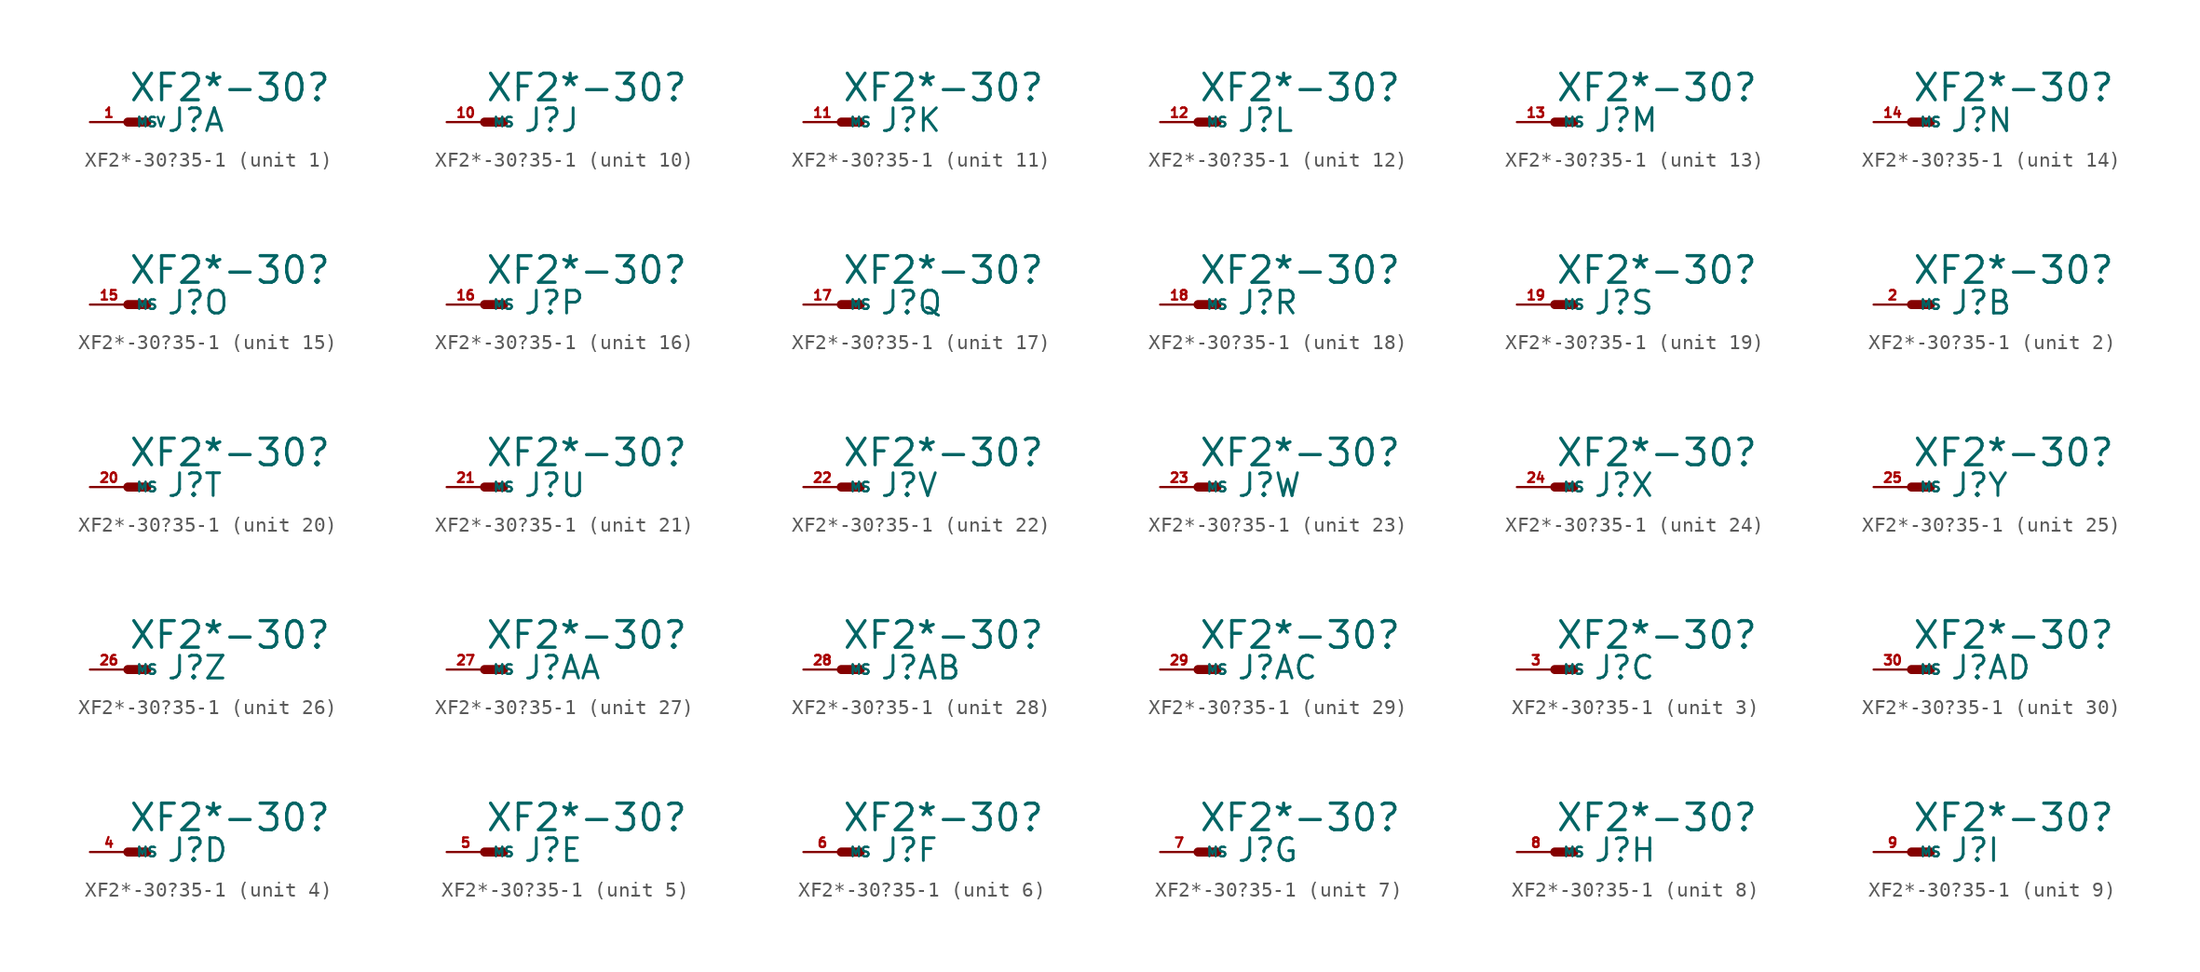
<source format=kicad_sym>
(kicad_symbol_lib
  (version 20220914)
  (generator Eagle2Kicad)
  (symbol "XF2*-30?35-1"
    (property "Reference" "J"
      (at 2.54 -0.762 0)
      (effects (font (size 1.524 1.524) (thickness 0.19)) (justify left bottom)))
    (property "Value" "XF2*-30?"
      (at 0 1.27 0)
      (effects (font (size 1.778 1.778) (thickness 0.22)) (justify left bottom)))
    (symbol "XF2*-30?35-1_1_0"
      (polyline (pts (xy 0 0) (xy 1.27 0)) (stroke (width 0.61) (type default)) (fill (type none)))
      (pin passive line (at -2.54 0 0) (length 2.54) (name "MSV" (effects (font (size 0.635 0.635) (thickness 0.08)) (justify left bottom))) (number "1" (effects (font (size 0.635 0.635) (thickness 0.08)) (justify left bottom)))))
    (symbol "XF2*-30?35-1_2_0"
      (polyline (pts (xy 0 0) (xy 1.27 0)) (stroke (width 0.61) (type default)) (fill (type none)))
      (pin passive line (at -2.54 0 0) (length 2.54) (name "MS" (effects (font (size 0.635 0.635) (thickness 0.08)) (justify left bottom))) (number "2" (effects (font (size 0.635 0.635) (thickness 0.08)) (justify left bottom)))))
    (symbol "XF2*-30?35-1_3_0"
      (polyline (pts (xy 0 0) (xy 1.27 0)) (stroke (width 0.61) (type default)) (fill (type none)))
      (pin passive line (at -2.54 0 0) (length 2.54) (name "MS" (effects (font (size 0.635 0.635) (thickness 0.08)) (justify left bottom))) (number "3" (effects (font (size 0.635 0.635) (thickness 0.08)) (justify left bottom)))))
    (symbol "XF2*-30?35-1_4_0"
      (polyline (pts (xy 0 0) (xy 1.27 0)) (stroke (width 0.61) (type default)) (fill (type none)))
      (pin passive line (at -2.54 0 0) (length 2.54) (name "MS" (effects (font (size 0.635 0.635) (thickness 0.08)) (justify left bottom))) (number "4" (effects (font (size 0.635 0.635) (thickness 0.08)) (justify left bottom)))))
    (symbol "XF2*-30?35-1_5_0"
      (polyline (pts (xy 0 0) (xy 1.27 0)) (stroke (width 0.61) (type default)) (fill (type none)))
      (pin passive line (at -2.54 0 0) (length 2.54) (name "MS" (effects (font (size 0.635 0.635) (thickness 0.08)) (justify left bottom))) (number "5" (effects (font (size 0.635 0.635) (thickness 0.08)) (justify left bottom)))))
    (symbol "XF2*-30?35-1_6_0"
      (polyline (pts (xy 0 0) (xy 1.27 0)) (stroke (width 0.61) (type default)) (fill (type none)))
      (pin passive line (at -2.54 0 0) (length 2.54) (name "MS" (effects (font (size 0.635 0.635) (thickness 0.08)) (justify left bottom))) (number "6" (effects (font (size 0.635 0.635) (thickness 0.08)) (justify left bottom)))))
    (symbol "XF2*-30?35-1_7_0"
      (polyline (pts (xy 0 0) (xy 1.27 0)) (stroke (width 0.61) (type default)) (fill (type none)))
      (pin passive line (at -2.54 0 0) (length 2.54) (name "MS" (effects (font (size 0.635 0.635) (thickness 0.08)) (justify left bottom))) (number "7" (effects (font (size 0.635 0.635) (thickness 0.08)) (justify left bottom)))))
    (symbol "XF2*-30?35-1_8_0"
      (polyline (pts (xy 0 0) (xy 1.27 0)) (stroke (width 0.61) (type default)) (fill (type none)))
      (pin passive line (at -2.54 0 0) (length 2.54) (name "MS" (effects (font (size 0.635 0.635) (thickness 0.08)) (justify left bottom))) (number "8" (effects (font (size 0.635 0.635) (thickness 0.08)) (justify left bottom)))))
    (symbol "XF2*-30?35-1_9_0"
      (polyline (pts (xy 0 0) (xy 1.27 0)) (stroke (width 0.61) (type default)) (fill (type none)))
      (pin passive line (at -2.54 0 0) (length 2.54) (name "MS" (effects (font (size 0.635 0.635) (thickness 0.08)) (justify left bottom))) (number "9" (effects (font (size 0.635 0.635) (thickness 0.08)) (justify left bottom)))))
    (symbol "XF2*-30?35-1_10_0"
      (polyline (pts (xy 0 0) (xy 1.27 0)) (stroke (width 0.61) (type default)) (fill (type none)))
      (pin passive line (at -2.54 0 0) (length 2.54) (name "MS" (effects (font (size 0.635 0.635) (thickness 0.08)) (justify left bottom))) (number "10" (effects (font (size 0.635 0.635) (thickness 0.08)) (justify left bottom)))))
    (symbol "XF2*-30?35-1_11_0"
      (polyline (pts (xy 0 0) (xy 1.27 0)) (stroke (width 0.61) (type default)) (fill (type none)))
      (pin passive line (at -2.54 0 0) (length 2.54) (name "MS" (effects (font (size 0.635 0.635) (thickness 0.08)) (justify left bottom))) (number "11" (effects (font (size 0.635 0.635) (thickness 0.08)) (justify left bottom)))))
    (symbol "XF2*-30?35-1_12_0"
      (polyline (pts (xy 0 0) (xy 1.27 0)) (stroke (width 0.61) (type default)) (fill (type none)))
      (pin passive line (at -2.54 0 0) (length 2.54) (name "MS" (effects (font (size 0.635 0.635) (thickness 0.08)) (justify left bottom))) (number "12" (effects (font (size 0.635 0.635) (thickness 0.08)) (justify left bottom)))))
    (symbol "XF2*-30?35-1_13_0"
      (polyline (pts (xy 0 0) (xy 1.27 0)) (stroke (width 0.61) (type default)) (fill (type none)))
      (pin passive line (at -2.54 0 0) (length 2.54) (name "MS" (effects (font (size 0.635 0.635) (thickness 0.08)) (justify left bottom))) (number "13" (effects (font (size 0.635 0.635) (thickness 0.08)) (justify left bottom)))))
    (symbol "XF2*-30?35-1_14_0"
      (polyline (pts (xy 0 0) (xy 1.27 0)) (stroke (width 0.61) (type default)) (fill (type none)))
      (pin passive line (at -2.54 0 0) (length 2.54) (name "MS" (effects (font (size 0.635 0.635) (thickness 0.08)) (justify left bottom))) (number "14" (effects (font (size 0.635 0.635) (thickness 0.08)) (justify left bottom)))))
    (symbol "XF2*-30?35-1_15_0"
      (polyline (pts (xy 0 0) (xy 1.27 0)) (stroke (width 0.61) (type default)) (fill (type none)))
      (pin passive line (at -2.54 0 0) (length 2.54) (name "MS" (effects (font (size 0.635 0.635) (thickness 0.08)) (justify left bottom))) (number "15" (effects (font (size 0.635 0.635) (thickness 0.08)) (justify left bottom)))))
    (symbol "XF2*-30?35-1_16_0"
      (polyline (pts (xy 0 0) (xy 1.27 0)) (stroke (width 0.61) (type default)) (fill (type none)))
      (pin passive line (at -2.54 0 0) (length 2.54) (name "MS" (effects (font (size 0.635 0.635) (thickness 0.08)) (justify left bottom))) (number "16" (effects (font (size 0.635 0.635) (thickness 0.08)) (justify left bottom)))))
    (symbol "XF2*-30?35-1_17_0"
      (polyline (pts (xy 0 0) (xy 1.27 0)) (stroke (width 0.61) (type default)) (fill (type none)))
      (pin passive line (at -2.54 0 0) (length 2.54) (name "MS" (effects (font (size 0.635 0.635) (thickness 0.08)) (justify left bottom))) (number "17" (effects (font (size 0.635 0.635) (thickness 0.08)) (justify left bottom)))))
    (symbol "XF2*-30?35-1_18_0"
      (polyline (pts (xy 0 0) (xy 1.27 0)) (stroke (width 0.61) (type default)) (fill (type none)))
      (pin passive line (at -2.54 0 0) (length 2.54) (name "MS" (effects (font (size 0.635 0.635) (thickness 0.08)) (justify left bottom))) (number "18" (effects (font (size 0.635 0.635) (thickness 0.08)) (justify left bottom)))))
    (symbol "XF2*-30?35-1_19_0"
      (polyline (pts (xy 0 0) (xy 1.27 0)) (stroke (width 0.61) (type default)) (fill (type none)))
      (pin passive line (at -2.54 0 0) (length 2.54) (name "MS" (effects (font (size 0.635 0.635) (thickness 0.08)) (justify left bottom))) (number "19" (effects (font (size 0.635 0.635) (thickness 0.08)) (justify left bottom)))))
    (symbol "XF2*-30?35-1_20_0"
      (polyline (pts (xy 0 0) (xy 1.27 0)) (stroke (width 0.61) (type default)) (fill (type none)))
      (pin passive line (at -2.54 0 0) (length 2.54) (name "MS" (effects (font (size 0.635 0.635) (thickness 0.08)) (justify left bottom))) (number "20" (effects (font (size 0.635 0.635) (thickness 0.08)) (justify left bottom)))))
    (symbol "XF2*-30?35-1_21_0"
      (polyline (pts (xy 0 0) (xy 1.27 0)) (stroke (width 0.61) (type default)) (fill (type none)))
      (pin passive line (at -2.54 0 0) (length 2.54) (name "MS" (effects (font (size 0.635 0.635) (thickness 0.08)) (justify left bottom))) (number "21" (effects (font (size 0.635 0.635) (thickness 0.08)) (justify left bottom)))))
    (symbol "XF2*-30?35-1_22_0"
      (polyline (pts (xy 0 0) (xy 1.27 0)) (stroke (width 0.61) (type default)) (fill (type none)))
      (pin passive line (at -2.54 0 0) (length 2.54) (name "MS" (effects (font (size 0.635 0.635) (thickness 0.08)) (justify left bottom))) (number "22" (effects (font (size 0.635 0.635) (thickness 0.08)) (justify left bottom)))))
    (symbol "XF2*-30?35-1_23_0"
      (polyline (pts (xy 0 0) (xy 1.27 0)) (stroke (width 0.61) (type default)) (fill (type none)))
      (pin passive line (at -2.54 0 0) (length 2.54) (name "MS" (effects (font (size 0.635 0.635) (thickness 0.08)) (justify left bottom))) (number "23" (effects (font (size 0.635 0.635) (thickness 0.08)) (justify left bottom)))))
    (symbol "XF2*-30?35-1_24_0"
      (polyline (pts (xy 0 0) (xy 1.27 0)) (stroke (width 0.61) (type default)) (fill (type none)))
      (pin passive line (at -2.54 0 0) (length 2.54) (name "MS" (effects (font (size 0.635 0.635) (thickness 0.08)) (justify left bottom))) (number "24" (effects (font (size 0.635 0.635) (thickness 0.08)) (justify left bottom)))))
    (symbol "XF2*-30?35-1_25_0"
      (polyline (pts (xy 0 0) (xy 1.27 0)) (stroke (width 0.61) (type default)) (fill (type none)))
      (pin passive line (at -2.54 0 0) (length 2.54) (name "MS" (effects (font (size 0.635 0.635) (thickness 0.08)) (justify left bottom))) (number "25" (effects (font (size 0.635 0.635) (thickness 0.08)) (justify left bottom)))))
    (symbol "XF2*-30?35-1_26_0"
      (polyline (pts (xy 0 0) (xy 1.27 0)) (stroke (width 0.61) (type default)) (fill (type none)))
      (pin passive line (at -2.54 0 0) (length 2.54) (name "MS" (effects (font (size 0.635 0.635) (thickness 0.08)) (justify left bottom))) (number "26" (effects (font (size 0.635 0.635) (thickness 0.08)) (justify left bottom)))))
    (symbol "XF2*-30?35-1_27_0"
      (polyline (pts (xy 0 0) (xy 1.27 0)) (stroke (width 0.61) (type default)) (fill (type none)))
      (pin passive line (at -2.54 0 0) (length 2.54) (name "MS" (effects (font (size 0.635 0.635) (thickness 0.08)) (justify left bottom))) (number "27" (effects (font (size 0.635 0.635) (thickness 0.08)) (justify left bottom)))))
    (symbol "XF2*-30?35-1_28_0"
      (polyline (pts (xy 0 0) (xy 1.27 0)) (stroke (width 0.61) (type default)) (fill (type none)))
      (pin passive line (at -2.54 0 0) (length 2.54) (name "MS" (effects (font (size 0.635 0.635) (thickness 0.08)) (justify left bottom))) (number "28" (effects (font (size 0.635 0.635) (thickness 0.08)) (justify left bottom)))))
    (symbol "XF2*-30?35-1_29_0"
      (polyline (pts (xy 0 0) (xy 1.27 0)) (stroke (width 0.61) (type default)) (fill (type none)))
      (pin passive line (at -2.54 0 0) (length 2.54) (name "MS" (effects (font (size 0.635 0.635) (thickness 0.08)) (justify left bottom))) (number "29" (effects (font (size 0.635 0.635) (thickness 0.08)) (justify left bottom)))))
    (symbol "XF2*-30?35-1_30_0"
      (polyline (pts (xy 0 0) (xy 1.27 0)) (stroke (width 0.61) (type default)) (fill (type none)))
      (pin passive line (at -2.54 0 0) (length 2.54) (name "MS" (effects (font (size 0.635 0.635) (thickness 0.08)) (justify left bottom))) (number "30" (effects (font (size 0.635 0.635) (thickness 0.08)) (justify left bottom)))))))
</source>
